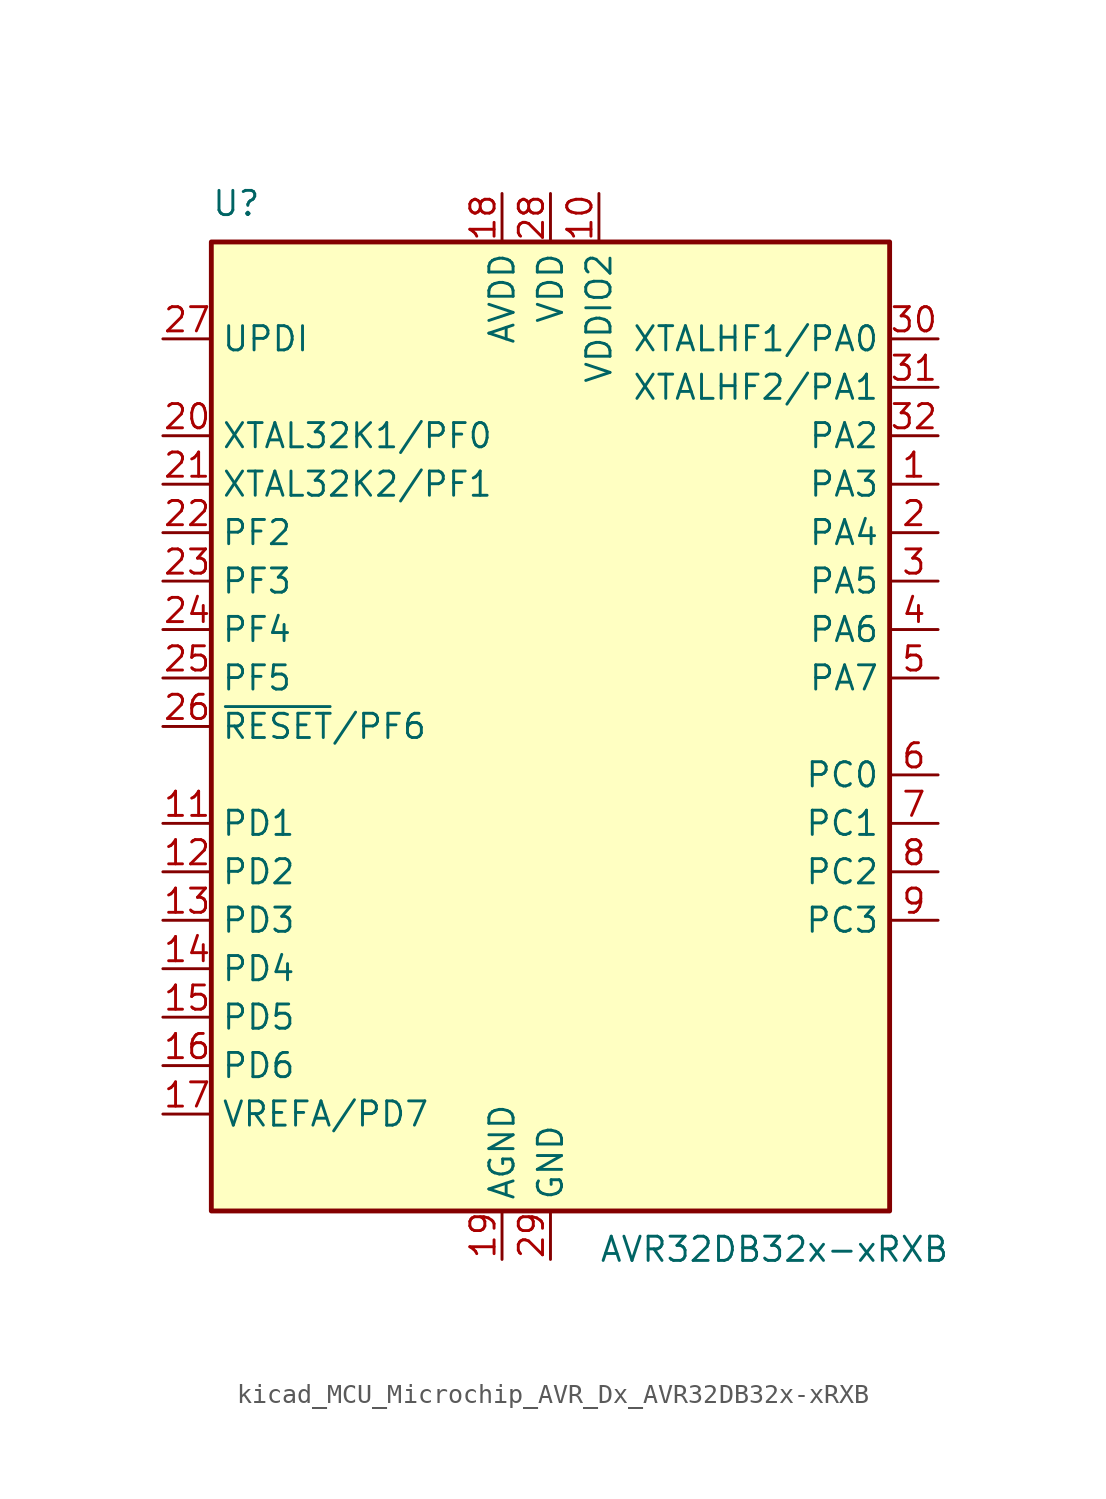
<source format=kicad_sym>
(kicad_symbol_lib
  (version 20220914)
  (generator kicad_symbol_editor)
  (symbol "kicad_MCU_Microchip_AVR_Dx_AVR32DB32x-xRXB"
    (property "Reference" "U"
      (at -17.78 26.67 0)
      (effects (font (size 1.27 1.27)) (justify left bottom)))
    (property "Value" "AVR32DB32x-xRXB"
      (at 2.54 -26.67 0)
      (effects (font (size 1.27 1.27)) (justify left top)))
    (symbol "kicad_MCU_Microchip_AVR_Dx_AVR32DB32x-xRXB_0_1"
      (rectangle (start -17.78 25.4) (end 17.78 -25.4) (stroke (width 0.254) (type default)) (fill (type background))))
    (symbol "kicad_MCU_Microchip_AVR_Dx_AVR32DB32x-xRXB_1_1"
      (pin bidirectional line (at 20.32 12.7 180) (length 2.54) (name "PA3" (effects (font (size 1.27 1.27)))) (number "1" (effects (font (size 1.27 1.27)))))
      (pin power_in line (at 2.54 27.94 270) (length 2.54) (name "VDDIO2" (effects (font (size 1.27 1.27)))) (number "10" (effects (font (size 1.27 1.27)))))
      (pin bidirectional line (at -20.32 -5.08 0) (length 2.54) (name "PD1" (effects (font (size 1.27 1.27)))) (number "11" (effects (font (size 1.27 1.27)))))
      (pin bidirectional line (at -20.32 -7.62 0) (length 2.54) (name "PD2" (effects (font (size 1.27 1.27)))) (number "12" (effects (font (size 1.27 1.27)))))
      (pin bidirectional line (at -20.32 -10.16 0) (length 2.54) (name "PD3" (effects (font (size 1.27 1.27)))) (number "13" (effects (font (size 1.27 1.27)))))
      (pin bidirectional line (at -20.32 -12.7 0) (length 2.54) (name "PD4" (effects (font (size 1.27 1.27)))) (number "14" (effects (font (size 1.27 1.27)))))
      (pin bidirectional line (at -20.32 -15.24 0) (length 2.54) (name "PD5" (effects (font (size 1.27 1.27)))) (number "15" (effects (font (size 1.27 1.27)))))
      (pin bidirectional line (at -20.32 -17.78 0) (length 2.54) (name "PD6" (effects (font (size 1.27 1.27)))) (number "16" (effects (font (size 1.27 1.27)))))
      (pin bidirectional line (at -20.32 -20.32 0) (length 2.54) (name "VREFA/PD7" (effects (font (size 1.27 1.27)))) (number "17" (effects (font (size 1.27 1.27)))))
      (pin power_in line (at -2.54 27.94 270) (length 2.54) (name "AVDD" (effects (font (size 1.27 1.27)))) (number "18" (effects (font (size 1.27 1.27)))))
      (pin power_in line (at -2.54 -27.94 90) (length 2.54) (name "AGND" (effects (font (size 1.27 1.27)))) (number "19" (effects (font (size 1.27 1.27)))))
      (pin bidirectional line (at 20.32 10.16 180) (length 2.54) (name "PA4" (effects (font (size 1.27 1.27)))) (number "2" (effects (font (size 1.27 1.27)))))
      (pin bidirectional line (at -20.32 15.24 0) (length 2.54) (name "XTAL32K1/PF0" (effects (font (size 1.27 1.27)))) (number "20" (effects (font (size 1.27 1.27)))))
      (pin bidirectional line (at -20.32 12.7 0) (length 2.54) (name "XTAL32K2/PF1" (effects (font (size 1.27 1.27)))) (number "21" (effects (font (size 1.27 1.27)))))
      (pin bidirectional line (at -20.32 10.16 0) (length 2.54) (name "PF2" (effects (font (size 1.27 1.27)))) (number "22" (effects (font (size 1.27 1.27)))))
      (pin bidirectional line (at -20.32 7.62 0) (length 2.54) (name "PF3" (effects (font (size 1.27 1.27)))) (number "23" (effects (font (size 1.27 1.27)))))
      (pin bidirectional line (at -20.32 5.08 0) (length 2.54) (name "PF4" (effects (font (size 1.27 1.27)))) (number "24" (effects (font (size 1.27 1.27)))))
      (pin bidirectional line (at -20.32 2.54 0) (length 2.54) (name "PF5" (effects (font (size 1.27 1.27)))) (number "25" (effects (font (size 1.27 1.27)))))
      (pin bidirectional line (at -20.32 0 0) (length 2.54) (name "~{RESET}/PF6" (effects (font (size 1.27 1.27)))) (number "26" (effects (font (size 1.27 1.27)))))
      (pin input line (at -20.32 20.32 0) (length 2.54) (name "UPDI" (effects (font (size 1.27 1.27)))) (number "27" (effects (font (size 1.27 1.27)))))
      (pin power_in line (at 0 27.94 270) (length 2.54) (name "VDD" (effects (font (size 1.27 1.27)))) (number "28" (effects (font (size 1.27 1.27)))))
      (pin power_in line (at 0 -27.94 90) (length 2.54) (name "GND" (effects (font (size 1.27 1.27)))) (number "29" (effects (font (size 1.27 1.27)))))
      (pin bidirectional line (at 20.32 7.62 180) (length 2.54) (name "PA5" (effects (font (size 1.27 1.27)))) (number "3" (effects (font (size 1.27 1.27)))))
      (pin bidirectional line (at 20.32 20.32 180) (length 2.54) (name "XTALHF1/PA0" (effects (font (size 1.27 1.27)))) (number "30" (effects (font (size 1.27 1.27)))))
      (pin bidirectional line (at 20.32 17.78 180) (length 2.54) (name "XTALHF2/PA1" (effects (font (size 1.27 1.27)))) (number "31" (effects (font (size 1.27 1.27)))))
      (pin bidirectional line (at 20.32 15.24 180) (length 2.54) (name "PA2" (effects (font (size 1.27 1.27)))) (number "32" (effects (font (size 1.27 1.27)))))
      (pin passive line (at 0 -27.94 90) (length 2.54) hide (name "GND" (effects (font (size 1.27 1.27)))) (number "33" (effects (font (size 1.27 1.27)))))
      (pin bidirectional line (at 20.32 5.08 180) (length 2.54) (name "PA6" (effects (font (size 1.27 1.27)))) (number "4" (effects (font (size 1.27 1.27)))))
      (pin bidirectional line (at 20.32 2.54 180) (length 2.54) (name "PA7" (effects (font (size 1.27 1.27)))) (number "5" (effects (font (size 1.27 1.27)))))
      (pin bidirectional line (at 20.32 -2.54 180) (length 2.54) (name "PC0" (effects (font (size 1.27 1.27)))) (number "6" (effects (font (size 1.27 1.27)))))
      (pin bidirectional line (at 20.32 -5.08 180) (length 2.54) (name "PC1" (effects (font (size 1.27 1.27)))) (number "7" (effects (font (size 1.27 1.27)))))
      (pin bidirectional line (at 20.32 -7.62 180) (length 2.54) (name "PC2" (effects (font (size 1.27 1.27)))) (number "8" (effects (font (size 1.27 1.27)))))
      (pin bidirectional line (at 20.32 -10.16 180) (length 2.54) (name "PC3" (effects (font (size 1.27 1.27)))) (number "9" (effects (font (size 1.27 1.27))))))))
</source>
